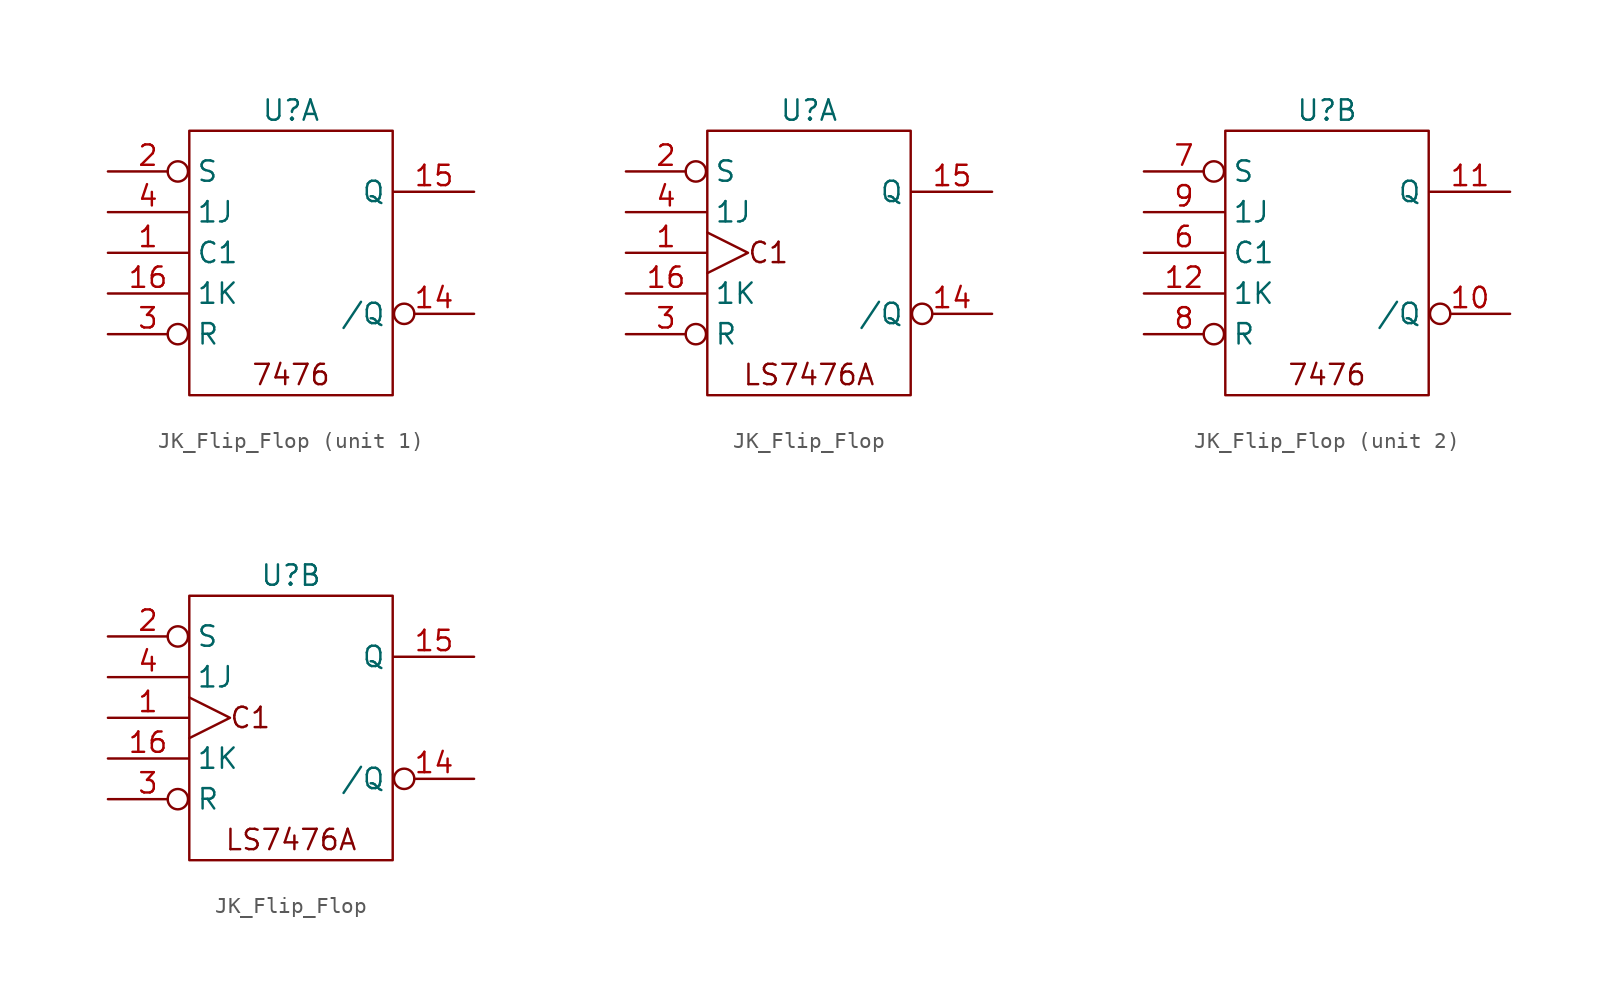
<source format=kicad_sym>
(kicad_symbol_lib
  (version 20231120)
  (generator "kicad_symbol_editor")
  (generator_version "8.0")
  (symbol "JK_Flip_Flop"
    (property "Reference" "U"
      (at 0 0 0)
      (effects (font (size 1.27 1.27))))
    (symbol "JK_Flip_Flop_0_1"
      (polyline (pts (xy -6.35 -1.27) (xy -6.35 -17.78) (xy 6.35 -17.78) (xy 6.35 -1.27) (xy -6.35 -1.27)) (stroke (width 0) (type default)) (fill (type none)))
      (text "7476" (at 0 -16.51 0) (effects (font (size 1.27 1.27)))))
    (symbol "JK_Flip_Flop_0_2"
      (polyline (pts (xy -6.35 -7.62) (xy -3.81 -8.89) (xy -6.35 -10.16)) (stroke (width 0) (type default)) (fill (type none)))
      (polyline (pts (xy -6.35 -1.27) (xy -6.35 -17.78) (xy 6.35 -17.78) (xy 6.35 -1.27) (xy -6.35 -1.27)) (stroke (width 0) (type default)) (fill (type none)))
      (text "C1" (at -2.54 -8.89 0) (effects (font (size 1.27 1.27))))
      (text "LS7476A" (at 0 -16.51 0) (effects (font (size 1.27 1.27)))))
    (symbol "JK_Flip_Flop_1_1"
      (pin input line (at -11.43 -8.89 0) (length 5) (name "C1" (effects (font (size 1.27 1.27)))) (number "1" (effects (font (size 1.27 1.27)))))
      (pin output inverted (at 11.43 -12.7 180) (length 5) (name "/Q" (effects (font (size 1.27 1.27)))) (number "14" (effects (font (size 1.27 1.27)))))
      (pin output line (at 11.43 -5.08 180) (length 5) (name "Q" (effects (font (size 1.27 1.27)))) (number "15" (effects (font (size 1.27 1.27)))))
      (pin input line (at -11.43 -11.43 0) (length 5) (name "1K" (effects (font (size 1.27 1.27)))) (number "16" (effects (font (size 1.27 1.27)))))
      (pin input inverted (at -11.43 -3.81 0) (length 5) (name "S" (effects (font (size 1.27 1.27)))) (number "2" (effects (font (size 1.27 1.27)))))
      (pin input inverted (at -11.43 -13.97 0) (length 5) (name "R" (effects (font (size 1.27 1.27)))) (number "3" (effects (font (size 1.27 1.27)))))
      (pin input line (at -11.43 -6.35 0) (length 5) (name "1J" (effects (font (size 1.27 1.27)))) (number "4" (effects (font (size 1.27 1.27))))))
    (symbol "JK_Flip_Flop_1_2"
      (pin input line (at -11.43 -8.89 0) (length 5) (name "" (effects (font (size 1.27 1.27)))) (number "1" (effects (font (size 1.27 1.27)))))
      (pin output inverted (at 11.43 -12.7 180) (length 5) (name "/Q" (effects (font (size 1.27 1.27)))) (number "14" (effects (font (size 1.27 1.27)))))
      (pin output line (at 11.43 -5.08 180) (length 5) (name "Q" (effects (font (size 1.27 1.27)))) (number "15" (effects (font (size 1.27 1.27)))))
      (pin input line (at -11.43 -11.43 0) (length 5) (name "1K" (effects (font (size 1.27 1.27)))) (number "16" (effects (font (size 1.27 1.27)))))
      (pin input inverted (at -11.43 -3.81 0) (length 5) (name "S" (effects (font (size 1.27 1.27)))) (number "2" (effects (font (size 1.27 1.27)))))
      (pin input inverted (at -11.43 -13.97 0) (length 5) (name "R" (effects (font (size 1.27 1.27)))) (number "3" (effects (font (size 1.27 1.27)))))
      (pin input line (at -11.43 -6.35 0) (length 5) (name "1J" (effects (font (size 1.27 1.27)))) (number "4" (effects (font (size 1.27 1.27))))))
    (symbol "JK_Flip_Flop_2_1"
      (pin output inverted (at 11.43 -12.7 180) (length 5) (name "/Q" (effects (font (size 1.27 1.27)))) (number "10" (effects (font (size 1.27 1.27)))))
      (pin output line (at 11.43 -5.08 180) (length 5) (name "Q" (effects (font (size 1.27 1.27)))) (number "11" (effects (font (size 1.27 1.27)))))
      (pin input line (at -11.43 -11.43 0) (length 5) (name "1K" (effects (font (size 1.27 1.27)))) (number "12" (effects (font (size 1.27 1.27)))))
      (pin input line (at -11.43 -8.89 0) (length 5) (name "C1" (effects (font (size 1.27 1.27)))) (number "6" (effects (font (size 1.27 1.27)))))
      (pin input inverted (at -11.43 -3.81 0) (length 5) (name "S" (effects (font (size 1.27 1.27)))) (number "7" (effects (font (size 1.27 1.27)))))
      (pin input inverted (at -11.43 -13.97 0) (length 5) (name "R" (effects (font (size 1.27 1.27)))) (number "8" (effects (font (size 1.27 1.27)))))
      (pin input line (at -11.43 -6.35 0) (length 5) (name "1J" (effects (font (size 1.27 1.27)))) (number "9" (effects (font (size 1.27 1.27))))))
    (symbol "JK_Flip_Flop_2_2"
      (pin input line (at -11.43 -8.89 0) (length 5) (name "" (effects (font (size 1.27 1.27)))) (number "1" (effects (font (size 1.27 1.27)))))
      (pin output inverted (at 11.43 -12.7 180) (length 5) (name "/Q" (effects (font (size 1.27 1.27)))) (number "14" (effects (font (size 1.27 1.27)))))
      (pin output line (at 11.43 -5.08 180) (length 5) (name "Q" (effects (font (size 1.27 1.27)))) (number "15" (effects (font (size 1.27 1.27)))))
      (pin input line (at -11.43 -11.43 0) (length 5) (name "1K" (effects (font (size 1.27 1.27)))) (number "16" (effects (font (size 1.27 1.27)))))
      (pin input inverted (at -11.43 -3.81 0) (length 5) (name "S" (effects (font (size 1.27 1.27)))) (number "2" (effects (font (size 1.27 1.27)))))
      (pin input inverted (at -11.43 -13.97 0) (length 5) (name "R" (effects (font (size 1.27 1.27)))) (number "3" (effects (font (size 1.27 1.27)))))
      (pin input line (at -11.43 -6.35 0) (length 5) (name "1J" (effects (font (size 1.27 1.27)))) (number "4" (effects (font (size 1.27 1.27))))))))
</source>
